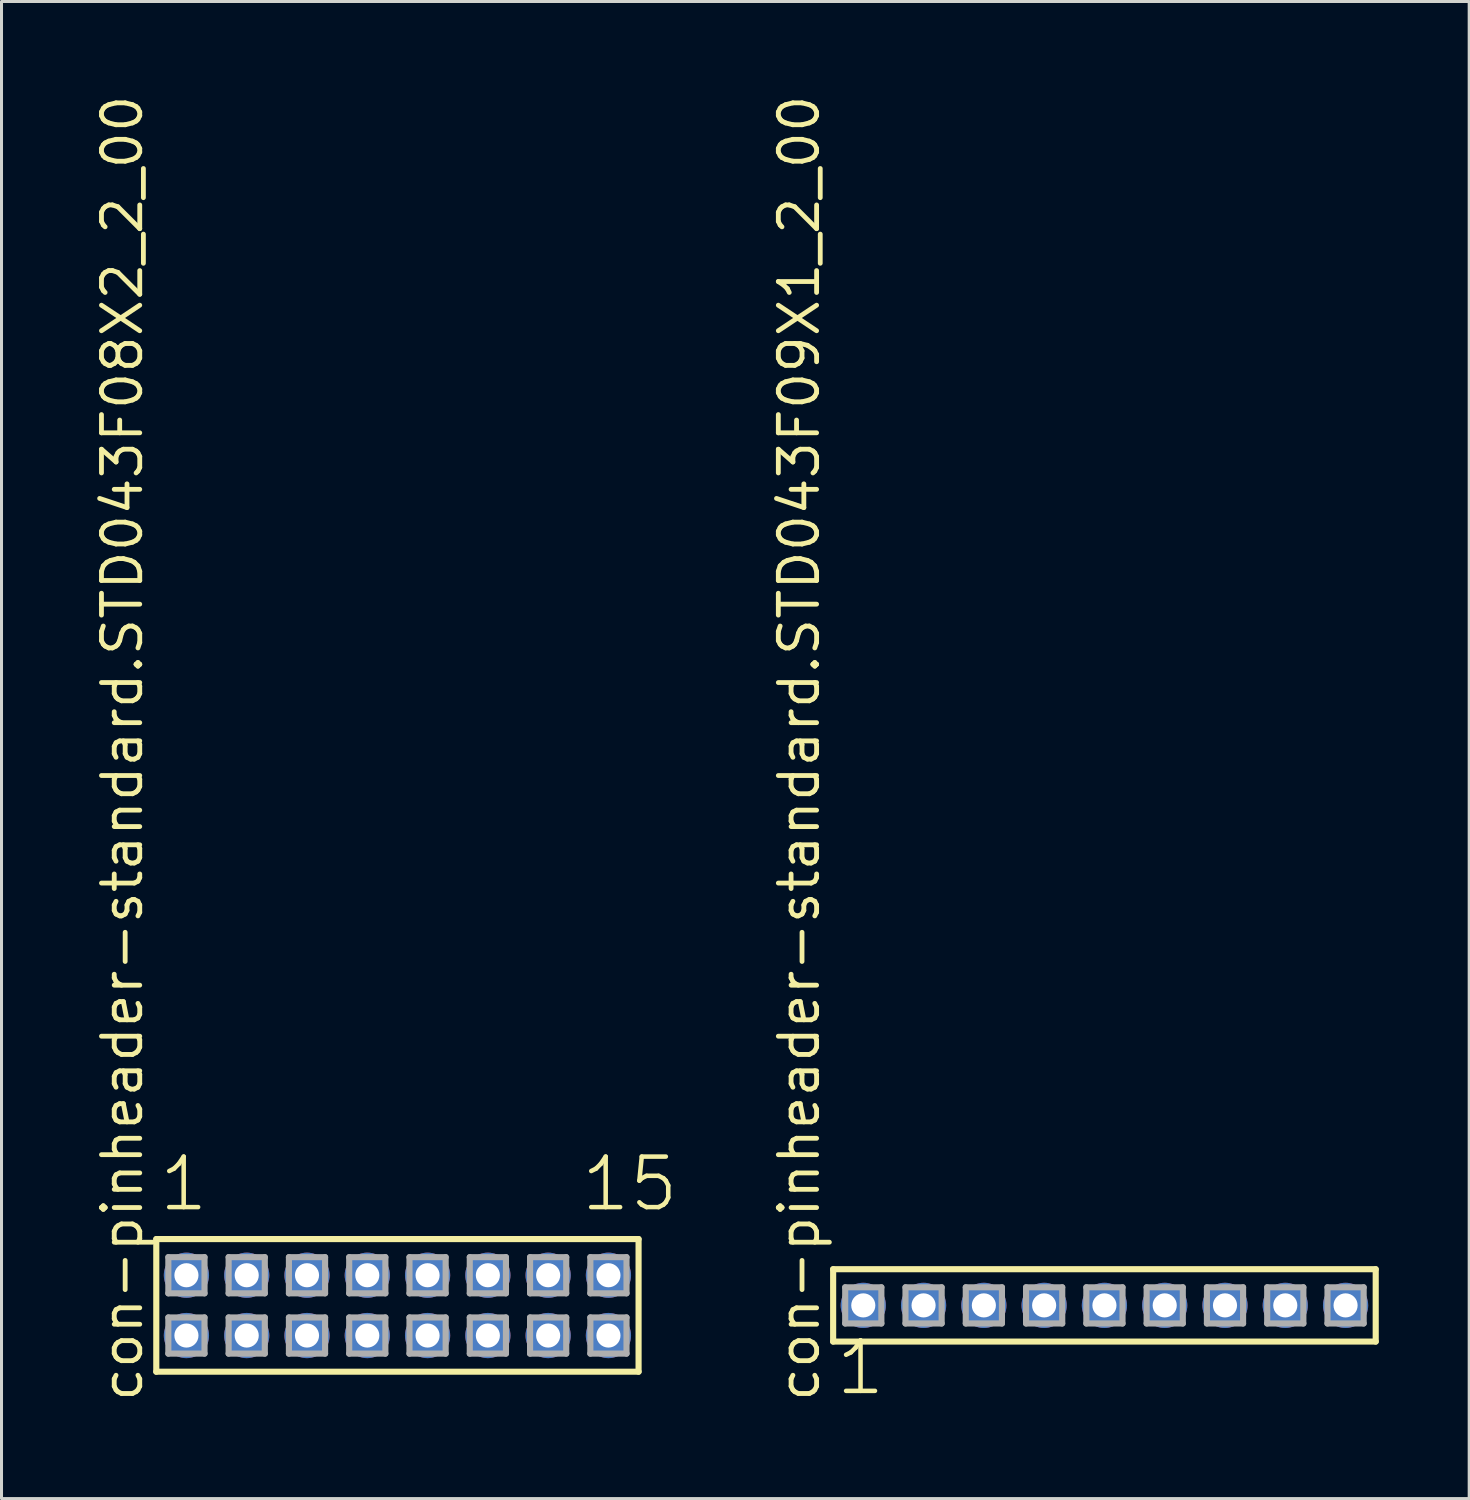
<source format=kicad_pcb>
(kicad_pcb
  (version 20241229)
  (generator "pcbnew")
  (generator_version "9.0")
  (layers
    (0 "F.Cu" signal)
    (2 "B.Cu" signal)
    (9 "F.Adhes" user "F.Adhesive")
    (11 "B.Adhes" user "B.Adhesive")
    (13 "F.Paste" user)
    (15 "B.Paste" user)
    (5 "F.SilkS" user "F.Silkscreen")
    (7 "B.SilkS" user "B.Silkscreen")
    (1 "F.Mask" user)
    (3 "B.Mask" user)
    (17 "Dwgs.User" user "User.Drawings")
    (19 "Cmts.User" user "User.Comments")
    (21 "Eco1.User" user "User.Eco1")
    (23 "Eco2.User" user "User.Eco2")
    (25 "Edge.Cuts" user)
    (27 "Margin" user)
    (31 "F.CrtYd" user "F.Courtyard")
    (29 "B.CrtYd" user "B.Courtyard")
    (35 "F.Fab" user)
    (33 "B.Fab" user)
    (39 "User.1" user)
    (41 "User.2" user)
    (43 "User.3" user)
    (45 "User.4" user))
  (footprint "con-pinheader-standard.STD043F08X2_2_00"
    (layer "F.Cu")
    (at 10.135 40.257)
    (property "Reference" "con-pinheader-standard.STD043F08X2_2_00" (at -8.385 3.27 90) (layer "F.SilkS") (effects (font (size 1.27 1.27) (thickness 0.16)) (justify left bottom)))
    (attr through_hole)
    (fp_line (start -8 -2.2) (end 8 -2.2) (stroke (width 0.203) (type default)) (layer "F.SilkS"))
    (fp_line (start -8 2.2) (end -8 -2.2) (stroke (width 0.203) (type default)) (layer "F.SilkS"))
    (fp_line (start 8 -2.2) (end 8 2.2) (stroke (width 0.203) (type default)) (layer "F.SilkS"))
    (fp_line (start 8 2.2) (end -8 2.2) (stroke (width 0.203) (type default)) (layer "F.SilkS"))
    (fp_line (start -7.6 -1.6) (end -6.4 -1.6) (stroke (width 0.203) (type default)) (layer "F.Fab"))
    (fp_line (start -7.6 -0.4) (end -7.6 -1.6) (stroke (width 0.203) (type default)) (layer "F.Fab"))
    (fp_line (start -7.6 0.4) (end -6.4 0.4) (stroke (width 0.203) (type default)) (layer "F.Fab"))
    (fp_line (start -7.6 1.6) (end -7.6 0.4) (stroke (width 0.203) (type default)) (layer "F.Fab"))
    (fp_line (start -6.4 -1.6) (end -6.4 -0.4) (stroke (width 0.203) (type default)) (layer "F.Fab"))
    (fp_line (start -6.4 -0.4) (end -7.6 -0.4) (stroke (width 0.203) (type default)) (layer "F.Fab"))
    (fp_line (start -6.4 0.4) (end -6.4 1.6) (stroke (width 0.203) (type default)) (layer "F.Fab"))
    (fp_line (start -6.4 1.6) (end -7.6 1.6) (stroke (width 0.203) (type default)) (layer "F.Fab"))
    (fp_line (start -5.6 -1.6) (end -4.4 -1.6) (stroke (width 0.203) (type default)) (layer "F.Fab"))
    (fp_line (start -5.6 -0.4) (end -5.6 -1.6) (stroke (width 0.203) (type default)) (layer "F.Fab"))
    (fp_line (start -5.6 0.4) (end -4.4 0.4) (stroke (width 0.203) (type default)) (layer "F.Fab"))
    (fp_line (start -5.6 1.6) (end -5.6 0.4) (stroke (width 0.203) (type default)) (layer "F.Fab"))
    (fp_line (start -4.4 -1.6) (end -4.4 -0.4) (stroke (width 0.203) (type default)) (layer "F.Fab"))
    (fp_line (start -4.4 -0.4) (end -5.6 -0.4) (stroke (width 0.203) (type default)) (layer "F.Fab"))
    (fp_line (start -4.4 0.4) (end -4.4 1.6) (stroke (width 0.203) (type default)) (layer "F.Fab"))
    (fp_line (start -4.4 1.6) (end -5.6 1.6) (stroke (width 0.203) (type default)) (layer "F.Fab"))
    (fp_line (start -3.6 -1.6) (end -2.4 -1.6) (stroke (width 0.203) (type default)) (layer "F.Fab"))
    (fp_line (start -3.6 -0.4) (end -3.6 -1.6) (stroke (width 0.203) (type default)) (layer "F.Fab"))
    (fp_line (start -3.6 0.4) (end -2.4 0.4) (stroke (width 0.203) (type default)) (layer "F.Fab"))
    (fp_line (start -3.6 1.6) (end -3.6 0.4) (stroke (width 0.203) (type default)) (layer "F.Fab"))
    (fp_line (start -2.4 -1.6) (end -2.4 -0.4) (stroke (width 0.203) (type default)) (layer "F.Fab"))
    (fp_line (start -2.4 -0.4) (end -3.6 -0.4) (stroke (width 0.203) (type default)) (layer "F.Fab"))
    (fp_line (start -2.4 0.4) (end -2.4 1.6) (stroke (width 0.203) (type default)) (layer "F.Fab"))
    (fp_line (start -2.4 1.6) (end -3.6 1.6) (stroke (width 0.203) (type default)) (layer "F.Fab"))
    (fp_line (start -1.6 -1.6) (end -0.4 -1.6) (stroke (width 0.203) (type default)) (layer "F.Fab"))
    (fp_line (start -1.6 -0.4) (end -1.6 -1.6) (stroke (width 0.203) (type default)) (layer "F.Fab"))
    (fp_line (start -1.6 0.4) (end -0.4 0.4) (stroke (width 0.203) (type default)) (layer "F.Fab"))
    (fp_line (start -1.6 1.6) (end -1.6 0.4) (stroke (width 0.203) (type default)) (layer "F.Fab"))
    (fp_line (start -0.4 -1.6) (end -0.4 -0.4) (stroke (width 0.203) (type default)) (layer "F.Fab"))
    (fp_line (start -0.4 -0.4) (end -1.6 -0.4) (stroke (width 0.203) (type default)) (layer "F.Fab"))
    (fp_line (start -0.4 0.4) (end -0.4 1.6) (stroke (width 0.203) (type default)) (layer "F.Fab"))
    (fp_line (start -0.4 1.6) (end -1.6 1.6) (stroke (width 0.203) (type default)) (layer "F.Fab"))
    (fp_line (start 0.4 -1.6) (end 1.6 -1.6) (stroke (width 0.203) (type default)) (layer "F.Fab"))
    (fp_line (start 0.4 -0.4) (end 0.4 -1.6) (stroke (width 0.203) (type default)) (layer "F.Fab"))
    (fp_line (start 0.4 0.4) (end 1.6 0.4) (stroke (width 0.203) (type default)) (layer "F.Fab"))
    (fp_line (start 0.4 1.6) (end 0.4 0.4) (stroke (width 0.203) (type default)) (layer "F.Fab"))
    (fp_line (start 1.6 -1.6) (end 1.6 -0.4) (stroke (width 0.203) (type default)) (layer "F.Fab"))
    (fp_line (start 1.6 -0.4) (end 0.4 -0.4) (stroke (width 0.203) (type default)) (layer "F.Fab"))
    (fp_line (start 1.6 0.4) (end 1.6 1.6) (stroke (width 0.203) (type default)) (layer "F.Fab"))
    (fp_line (start 1.6 1.6) (end 0.4 1.6) (stroke (width 0.203) (type default)) (layer "F.Fab"))
    (fp_line (start 2.4 -1.6) (end 3.6 -1.6) (stroke (width 0.203) (type default)) (layer "F.Fab"))
    (fp_line (start 2.4 -0.4) (end 2.4 -1.6) (stroke (width 0.203) (type default)) (layer "F.Fab"))
    (fp_line (start 2.4 0.4) (end 3.6 0.4) (stroke (width 0.203) (type default)) (layer "F.Fab"))
    (fp_line (start 2.4 1.6) (end 2.4 0.4) (stroke (width 0.203) (type default)) (layer "F.Fab"))
    (fp_line (start 3.6 -1.6) (end 3.6 -0.4) (stroke (width 0.203) (type default)) (layer "F.Fab"))
    (fp_line (start 3.6 -0.4) (end 2.4 -0.4) (stroke (width 0.203) (type default)) (layer "F.Fab"))
    (fp_line (start 3.6 0.4) (end 3.6 1.6) (stroke (width 0.203) (type default)) (layer "F.Fab"))
    (fp_line (start 3.6 1.6) (end 2.4 1.6) (stroke (width 0.203) (type default)) (layer "F.Fab"))
    (fp_line (start 4.4 -1.6) (end 5.6 -1.6) (stroke (width 0.203) (type default)) (layer "F.Fab"))
    (fp_line (start 4.4 -0.4) (end 4.4 -1.6) (stroke (width 0.203) (type default)) (layer "F.Fab"))
    (fp_line (start 4.4 0.4) (end 5.6 0.4) (stroke (width 0.203) (type default)) (layer "F.Fab"))
    (fp_line (start 4.4 1.6) (end 4.4 0.4) (stroke (width 0.203) (type default)) (layer "F.Fab"))
    (fp_line (start 5.6 -1.6) (end 5.6 -0.4) (stroke (width 0.203) (type default)) (layer "F.Fab"))
    (fp_line (start 5.6 -0.4) (end 4.4 -0.4) (stroke (width 0.203) (type default)) (layer "F.Fab"))
    (fp_line (start 5.6 0.4) (end 5.6 1.6) (stroke (width 0.203) (type default)) (layer "F.Fab"))
    (fp_line (start 5.6 1.6) (end 4.4 1.6) (stroke (width 0.203) (type default)) (layer "F.Fab"))
    (fp_line (start 6.4 -1.6) (end 7.6 -1.6) (stroke (width 0.203) (type default)) (layer "F.Fab"))
    (fp_line (start 6.4 -0.4) (end 6.4 -1.6) (stroke (width 0.203) (type default)) (layer "F.Fab"))
    (fp_line (start 6.4 0.4) (end 7.6 0.4) (stroke (width 0.203) (type default)) (layer "F.Fab"))
    (fp_line (start 6.4 1.6) (end 6.4 0.4) (stroke (width 0.203) (type default)) (layer "F.Fab"))
    (fp_line (start 7.6 -1.6) (end 7.6 -0.4) (stroke (width 0.203) (type default)) (layer "F.Fab"))
    (fp_line (start 7.6 -0.4) (end 6.4 -0.4) (stroke (width 0.203) (type default)) (layer "F.Fab"))
    (fp_line (start 7.6 0.4) (end 7.6 1.6) (stroke (width 0.203) (type default)) (layer "F.Fab"))
    (fp_line (start 7.6 1.6) (end 6.4 1.6) (stroke (width 0.203) (type default)) (layer "F.Fab"))
    (fp_text user "1" (at -7.988 -3.048 0) (layer "F.SilkS") (effects (font (size 1.676 1.676) (thickness 0.15)) (justify left bottom)))
    (fp_text user "15" (at 6.012 -3.048 0) (layer "F.SilkS") (effects (font (size 1.676 1.676) (thickness 0.15)) (justify left bottom)))
    (pad "1" thru_hole circle (at -7 -1) (size 1.5 1.5) (drill 0.8) (layers "*.Cu" "*.Mask"))
    (pad "2" thru_hole circle (at -7 1) (size 1.5 1.5) (drill 0.8) (layers "*.Cu" "*.Mask"))
    (pad "3" thru_hole circle (at -5 -1) (size 1.5 1.5) (drill 0.8) (layers "*.Cu" "*.Mask"))
    (pad "4" thru_hole circle (at -5 1) (size 1.5 1.5) (drill 0.8) (layers "*.Cu" "*.Mask"))
    (pad "5" thru_hole circle (at -3 -1) (size 1.5 1.5) (drill 0.8) (layers "*.Cu" "*.Mask"))
    (pad "6" thru_hole circle (at -3 1) (size 1.5 1.5) (drill 0.8) (layers "*.Cu" "*.Mask"))
    (pad "7" thru_hole circle (at -1 -1) (size 1.5 1.5) (drill 0.8) (layers "*.Cu" "*.Mask"))
    (pad "8" thru_hole circle (at -1 1) (size 1.5 1.5) (drill 0.8) (layers "*.Cu" "*.Mask"))
    (pad "9" thru_hole circle (at 1 -1) (size 1.5 1.5) (drill 0.8) (layers "*.Cu" "*.Mask"))
    (pad "10" thru_hole circle (at 1 1) (size 1.5 1.5) (drill 0.8) (layers "*.Cu" "*.Mask"))
    (pad "11" thru_hole circle (at 3 -1) (size 1.5 1.5) (drill 0.8) (layers "*.Cu" "*.Mask"))
    (pad "12" thru_hole circle (at 3 1) (size 1.5 1.5) (drill 0.8) (layers "*.Cu" "*.Mask"))
    (pad "13" thru_hole circle (at 5 -1) (size 1.5 1.5) (drill 0.8) (layers "*.Cu" "*.Mask"))
    (pad "14" thru_hole circle (at 5 1) (size 1.5 1.5) (drill 0.8) (layers "*.Cu" "*.Mask"))
    (pad "15" thru_hole circle (at 7 -1) (size 1.5 1.5) (drill 0.8) (layers "*.Cu" "*.Mask"))
    (pad "16" thru_hole circle (at 7 1) (size 1.5 1.5) (drill 0.8) (layers "*.Cu" "*.Mask")))
  (footprint "con-pinheader-standard.STD043F09X1_2_00"
    (layer "F.Cu")
    (at 33.59 40.257)
    (property "Reference" "con-pinheader-standard.STD043F09X1_2_00" (at -9.385 3.27 90) (layer "F.SilkS") (effects (font (size 1.27 1.27) (thickness 0.16)) (justify left bottom)))
    (attr through_hole)
    (fp_line (start -9 -1.2) (end 9 -1.2) (stroke (width 0.203) (type default)) (layer "F.SilkS"))
    (fp_line (start -9 1.2) (end -9 -1.2) (stroke (width 0.203) (type default)) (layer "F.SilkS"))
    (fp_line (start 9 -1.2) (end 9 1.2) (stroke (width 0.203) (type default)) (layer "F.SilkS"))
    (fp_line (start 9 1.2) (end -9 1.2) (stroke (width 0.203) (type default)) (layer "F.SilkS"))
    (fp_line (start -8.6 -0.6) (end -7.4 -0.6) (stroke (width 0.203) (type default)) (layer "F.Fab"))
    (fp_line (start -8.6 0.6) (end -8.6 -0.6) (stroke (width 0.203) (type default)) (layer "F.Fab"))
    (fp_line (start -7.4 -0.6) (end -7.4 0.6) (stroke (width 0.203) (type default)) (layer "F.Fab"))
    (fp_line (start -7.4 0.6) (end -8.6 0.6) (stroke (width 0.203) (type default)) (layer "F.Fab"))
    (fp_line (start -6.6 -0.6) (end -5.4 -0.6) (stroke (width 0.203) (type default)) (layer "F.Fab"))
    (fp_line (start -6.6 0.6) (end -6.6 -0.6) (stroke (width 0.203) (type default)) (layer "F.Fab"))
    (fp_line (start -5.4 -0.6) (end -5.4 0.6) (stroke (width 0.203) (type default)) (layer "F.Fab"))
    (fp_line (start -5.4 0.6) (end -6.6 0.6) (stroke (width 0.203) (type default)) (layer "F.Fab"))
    (fp_line (start -4.6 -0.6) (end -3.4 -0.6) (stroke (width 0.203) (type default)) (layer "F.Fab"))
    (fp_line (start -4.6 0.6) (end -4.6 -0.6) (stroke (width 0.203) (type default)) (layer "F.Fab"))
    (fp_line (start -3.4 -0.6) (end -3.4 0.6) (stroke (width 0.203) (type default)) (layer "F.Fab"))
    (fp_line (start -3.4 0.6) (end -4.6 0.6) (stroke (width 0.203) (type default)) (layer "F.Fab"))
    (fp_line (start -2.6 -0.6) (end -1.4 -0.6) (stroke (width 0.203) (type default)) (layer "F.Fab"))
    (fp_line (start -2.6 0.6) (end -2.6 -0.6) (stroke (width 0.203) (type default)) (layer "F.Fab"))
    (fp_line (start -1.4 -0.6) (end -1.4 0.6) (stroke (width 0.203) (type default)) (layer "F.Fab"))
    (fp_line (start -1.4 0.6) (end -2.6 0.6) (stroke (width 0.203) (type default)) (layer "F.Fab"))
    (fp_line (start -0.6 -0.6) (end 0.6 -0.6) (stroke (width 0.203) (type default)) (layer "F.Fab"))
    (fp_line (start -0.6 0.6) (end -0.6 -0.6) (stroke (width 0.203) (type default)) (layer "F.Fab"))
    (fp_line (start 0.6 -0.6) (end 0.6 0.6) (stroke (width 0.203) (type default)) (layer "F.Fab"))
    (fp_line (start 0.6 0.6) (end -0.6 0.6) (stroke (width 0.203) (type default)) (layer "F.Fab"))
    (fp_line (start 1.4 -0.6) (end 2.6 -0.6) (stroke (width 0.203) (type default)) (layer "F.Fab"))
    (fp_line (start 1.4 0.6) (end 1.4 -0.6) (stroke (width 0.203) (type default)) (layer "F.Fab"))
    (fp_line (start 2.6 -0.6) (end 2.6 0.6) (stroke (width 0.203) (type default)) (layer "F.Fab"))
    (fp_line (start 2.6 0.6) (end 1.4 0.6) (stroke (width 0.203) (type default)) (layer "F.Fab"))
    (fp_line (start 3.4 -0.6) (end 4.6 -0.6) (stroke (width 0.203) (type default)) (layer "F.Fab"))
    (fp_line (start 3.4 0.6) (end 3.4 -0.6) (stroke (width 0.203) (type default)) (layer "F.Fab"))
    (fp_line (start 4.6 -0.6) (end 4.6 0.6) (stroke (width 0.203) (type default)) (layer "F.Fab"))
    (fp_line (start 4.6 0.6) (end 3.4 0.6) (stroke (width 0.203) (type default)) (layer "F.Fab"))
    (fp_line (start 5.4 -0.6) (end 6.6 -0.6) (stroke (width 0.203) (type default)) (layer "F.Fab"))
    (fp_line (start 5.4 0.6) (end 5.4 -0.6) (stroke (width 0.203) (type default)) (layer "F.Fab"))
    (fp_line (start 6.6 -0.6) (end 6.6 0.6) (stroke (width 0.203) (type default)) (layer "F.Fab"))
    (fp_line (start 6.6 0.6) (end 5.4 0.6) (stroke (width 0.203) (type default)) (layer "F.Fab"))
    (fp_line (start 7.4 -0.6) (end 8.6 -0.6) (stroke (width 0.203) (type default)) (layer "F.Fab"))
    (fp_line (start 7.4 0.6) (end 7.4 -0.6) (stroke (width 0.203) (type default)) (layer "F.Fab"))
    (fp_line (start 8.6 -0.6) (end 8.6 0.6) (stroke (width 0.203) (type default)) (layer "F.Fab"))
    (fp_line (start 8.6 0.6) (end 7.4 0.6) (stroke (width 0.203) (type default)) (layer "F.Fab"))
    (fp_text user "1" (at -8.988 3.048 0) (layer "F.SilkS") (effects (font (size 1.676 1.676) (thickness 0.15)) (justify left bottom)))
    (pad "1" thru_hole circle (at -8 0) (size 1.5 1.5) (drill 0.8) (layers "*.Cu" "*.Mask"))
    (pad "2" thru_hole circle (at -6 0) (size 1.5 1.5) (drill 0.8) (layers "*.Cu" "*.Mask"))
    (pad "3" thru_hole circle (at -4 0) (size 1.5 1.5) (drill 0.8) (layers "*.Cu" "*.Mask"))
    (pad "4" thru_hole circle (at -2 0) (size 1.5 1.5) (drill 0.8) (layers "*.Cu" "*.Mask"))
    (pad "5" thru_hole circle (at 0 0) (size 1.5 1.5) (drill 0.8) (layers "*.Cu" "*.Mask"))
    (pad "6" thru_hole circle (at 2 0) (size 1.5 1.5) (drill 0.8) (layers "*.Cu" "*.Mask"))
    (pad "7" thru_hole circle (at 4 0) (size 1.5 1.5) (drill 0.8) (layers "*.Cu" "*.Mask"))
    (pad "8" thru_hole circle (at 6 0) (size 1.5 1.5) (drill 0.8) (layers "*.Cu" "*.Mask"))
    (pad "9" thru_hole circle (at 8 0) (size 1.5 1.5) (drill 0.8) (layers "*.Cu" "*.Mask")))
  (gr_rect
    (start -3 -3)
    (end 45.691 46.666)
    (stroke (width 0.1) (type default))
    (fill no)
    (layer "Edge.Cuts")))
</source>
